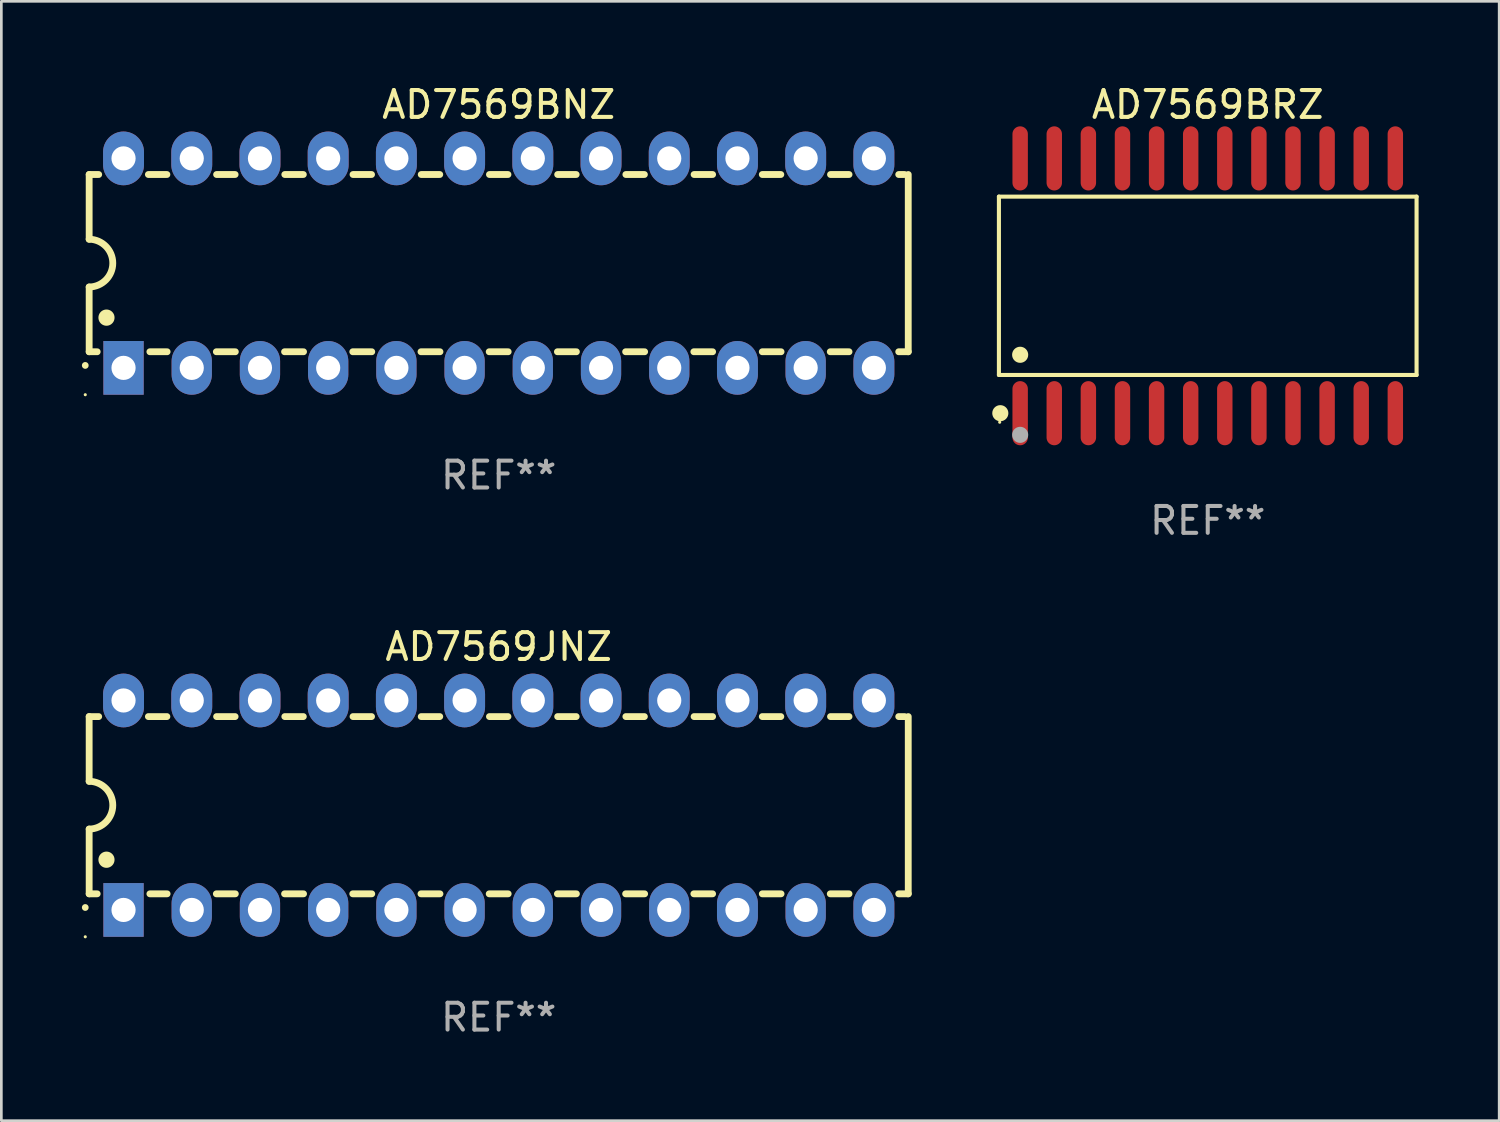
<source format=kicad_pcb>
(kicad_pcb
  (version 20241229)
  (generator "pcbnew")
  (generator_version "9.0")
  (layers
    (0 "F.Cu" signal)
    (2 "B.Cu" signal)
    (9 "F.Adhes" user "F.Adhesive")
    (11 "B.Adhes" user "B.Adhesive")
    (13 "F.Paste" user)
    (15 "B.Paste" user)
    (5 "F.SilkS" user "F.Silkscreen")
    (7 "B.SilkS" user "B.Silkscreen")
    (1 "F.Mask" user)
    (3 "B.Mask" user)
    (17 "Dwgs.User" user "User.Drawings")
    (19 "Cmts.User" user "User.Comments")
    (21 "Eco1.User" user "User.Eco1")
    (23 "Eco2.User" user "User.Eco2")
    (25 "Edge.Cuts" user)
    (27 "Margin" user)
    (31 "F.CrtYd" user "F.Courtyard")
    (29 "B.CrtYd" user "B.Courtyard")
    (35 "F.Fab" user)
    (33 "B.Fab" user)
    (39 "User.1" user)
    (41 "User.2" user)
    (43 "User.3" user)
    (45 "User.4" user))
  (footprint "AD7569BNZ"
    (layer "F.Cu")
    (at 15.52 6.748)
    (property "Reference" "AD7569BNZ" (at 0 -5.9 0) (layer "F.SilkS") (effects (font (size 1 1) (thickness 0.15))))
    (attr through_hole)
    (fp_line (start -15.25 -3.3) (end -15.25 -0.889) (stroke (width 0.254) (type solid)) (layer "F.SilkS"))
    (fp_line (start -15.25 -3.3) (end -14.895 -3.3) (stroke (width 0.254) (type solid)) (layer "F.SilkS"))
    (fp_line (start -15.25 3.3) (end -15.25 0.889) (stroke (width 0.254) (type solid)) (layer "F.SilkS"))
    (fp_line (start -15.25 3.3) (end -14.951 3.3) (stroke (width 0.254) (type solid)) (layer "F.SilkS"))
    (fp_line (start -13.045 -3.3) (end -12.355 -3.3) (stroke (width 0.254) (type solid)) (layer "F.SilkS"))
    (fp_line (start -12.989 3.3) (end -12.347 3.3) (stroke (width 0.254) (type solid)) (layer "F.SilkS"))
    (fp_line (start -10.514 3.3) (end -9.807 3.3) (stroke (width 0.254) (type solid)) (layer "F.SilkS"))
    (fp_line (start -10.505 -3.3) (end -9.815 -3.3) (stroke (width 0.254) (type solid)) (layer "F.SilkS"))
    (fp_line (start -7.974 3.3) (end -7.267 3.3) (stroke (width 0.254) (type solid)) (layer "F.SilkS"))
    (fp_line (start -7.965 -3.3) (end -7.275 -3.3) (stroke (width 0.254) (type solid)) (layer "F.SilkS"))
    (fp_line (start -5.434 3.3) (end -4.727 3.3) (stroke (width 0.254) (type solid)) (layer "F.SilkS"))
    (fp_line (start -5.425 -3.3) (end -4.735 -3.3) (stroke (width 0.254) (type solid)) (layer "F.SilkS"))
    (fp_line (start -2.894 3.3) (end -2.187 3.3) (stroke (width 0.254) (type solid)) (layer "F.SilkS"))
    (fp_line (start -2.885 -3.3) (end -2.195 -3.3) (stroke (width 0.254) (type solid)) (layer "F.SilkS"))
    (fp_line (start -0.354 3.3) (end 0.353 3.3) (stroke (width 0.254) (type solid)) (layer "F.SilkS"))
    (fp_line (start -0.345 -3.3) (end 0.345 -3.3) (stroke (width 0.254) (type solid)) (layer "F.SilkS"))
    (fp_line (start 2.186 3.3) (end 2.893 3.3) (stroke (width 0.254) (type solid)) (layer "F.SilkS"))
    (fp_line (start 2.195 -3.3) (end 2.885 -3.3) (stroke (width 0.254) (type solid)) (layer "F.SilkS"))
    (fp_line (start 4.726 3.3) (end 5.434 3.3) (stroke (width 0.254) (type solid)) (layer "F.SilkS"))
    (fp_line (start 4.735 -3.3) (end 5.425 -3.3) (stroke (width 0.254) (type solid)) (layer "F.SilkS"))
    (fp_line (start 7.266 3.3) (end 7.965 3.3) (stroke (width 0.254) (type solid)) (layer "F.SilkS"))
    (fp_line (start 7.275 -3.3) (end 7.965 -3.3) (stroke (width 0.254) (type solid)) (layer "F.SilkS"))
    (fp_line (start 9.815 -3.3) (end 10.505 -3.3) (stroke (width 0.254) (type solid)) (layer "F.SilkS"))
    (fp_line (start 9.815 3.3) (end 10.514 3.3) (stroke (width 0.254) (type solid)) (layer "F.SilkS"))
    (fp_line (start 12.346 3.3) (end 13.045 3.3) (stroke (width 0.254) (type solid)) (layer "F.SilkS"))
    (fp_line (start 12.355 -3.3) (end 13.045 -3.3) (stroke (width 0.254) (type solid)) (layer "F.SilkS"))
    (fp_line (start 14.895 -3.3) (end 15.113 -3.3) (stroke (width 0.254) (type solid)) (layer "F.SilkS"))
    (fp_line (start 14.895 3.3) (end 15.25 3.3) (stroke (width 0.254) (type solid)) (layer "F.SilkS"))
    (fp_line (start 15.25 -3.3) (end 15.25 3.3) (stroke (width 0.254) (type solid)) (layer "F.SilkS"))
    (fp_arc (start -15.394971 3.810033) (mid -15.394978 3.808763) (end -15.394971 3.807493) (stroke (width 0.25) (type solid)) (layer "F.SilkS"))
    (fp_arc (start -15.251053 -0.890146) (mid -14.361467 -0.001067) (end -15.250038 0.889027) (stroke (width 0.254001) (type solid)) (layer "F.SilkS"))
    (fp_arc (start -14.605029 2.032029) (mid -14.60504 2.029489) (end -14.605029 2.026949) (stroke (width 0.6) (type solid)) (layer "F.SilkS"))
    (fp_circle (center -15.395 4.9) (end -15.365 4.9) (stroke (width 0.06) (type solid)) (fill no) (layer "F.SilkS"))
    (fp_text user "REF**" (at 0 7.9 0) (layer "F.Fab") (effects (font (size 1 1) (thickness 0.15))))
    (pad "1" thru_hole rect (at -13.97 3.9 90) (size 2 1.5) (drill 0.9) (layers "*.Cu" "*.Mask"))
    (pad "2" thru_hole oval (at -11.43 3.9 90) (size 2 1.5) (drill 0.9) (layers "*.Cu" "*.Mask"))
    (pad "3" thru_hole oval (at -8.89 3.9 90) (size 2 1.5) (drill 0.9) (layers "*.Cu" "*.Mask"))
    (pad "4" thru_hole oval (at -6.35 3.9 90) (size 2 1.5) (drill 0.9) (layers "*.Cu" "*.Mask"))
    (pad "5" thru_hole oval (at -3.81 3.9 90) (size 2 1.5) (drill 0.9) (layers "*.Cu" "*.Mask"))
    (pad "6" thru_hole oval (at -1.27 3.9 90) (size 2 1.5) (drill 0.9) (layers "*.Cu" "*.Mask"))
    (pad "7" thru_hole oval (at 1.27 3.9 90) (size 2 1.5) (drill 0.9) (layers "*.Cu" "*.Mask"))
    (pad "8" thru_hole oval (at 3.81 3.9 90) (size 2 1.5) (drill 0.9) (layers "*.Cu" "*.Mask"))
    (pad "9" thru_hole oval (at 6.35 3.9 90) (size 2 1.5) (drill 0.9) (layers "*.Cu" "*.Mask"))
    (pad "10" thru_hole oval (at 8.89 3.9 90) (size 2 1.524) (drill 0.9) (layers "*.Cu" "*.Mask"))
    (pad "11" thru_hole oval (at 11.43 3.9 90) (size 2 1.5) (drill 0.9) (layers "*.Cu" "*.Mask"))
    (pad "12" thru_hole oval (at 13.97 3.9 90) (size 2 1.524) (drill 0.9) (layers "*.Cu" "*.Mask"))
    (pad "13" thru_hole oval (at 13.97 -3.9 90) (size 2 1.524) (drill 0.9) (layers "*.Cu" "*.Mask"))
    (pad "14" thru_hole oval (at 11.43 -3.9 90) (size 2 1.524) (drill 0.9) (layers "*.Cu" "*.Mask"))
    (pad "15" thru_hole oval (at 8.89 -3.9 90) (size 2 1.524) (drill 0.9) (layers "*.Cu" "*.Mask"))
    (pad "16" thru_hole oval (at 6.35 -3.9 90) (size 2 1.524) (drill 0.9) (layers "*.Cu" "*.Mask"))
    (pad "17" thru_hole oval (at 3.81 -3.9 90) (size 2 1.524) (drill 0.9) (layers "*.Cu" "*.Mask"))
    (pad "18" thru_hole oval (at 1.27 -3.9 90) (size 2 1.524) (drill 0.9) (layers "*.Cu" "*.Mask"))
    (pad "19" thru_hole oval (at -1.27 -3.9 90) (size 2 1.524) (drill 0.9) (layers "*.Cu" "*.Mask"))
    (pad "20" thru_hole oval (at -3.81 -3.9 90) (size 2 1.524) (drill 0.9) (layers "*.Cu" "*.Mask"))
    (pad "21" thru_hole oval (at -6.35 -3.9 90) (size 2 1.524) (drill 0.9) (layers "*.Cu" "*.Mask"))
    (pad "22" thru_hole oval (at -8.89 -3.9 90) (size 2 1.524) (drill 0.9) (layers "*.Cu" "*.Mask"))
    (pad "23" thru_hole oval (at -11.43 -3.9 90) (size 2 1.524) (drill 0.9) (layers "*.Cu" "*.Mask"))
    (pad "24" thru_hole oval (at -13.97 -3.9 90) (size 2 1.524) (drill 0.9) (layers "*.Cu" "*.Mask")))
  (footprint "AD7569JNZ"
    (layer "F.Cu")
    (at 15.52 26.933)
    (property "Reference" "AD7569JNZ" (at 0 -5.9 0) (layer "F.SilkS") (effects (font (size 1 1) (thickness 0.15))))
    (attr through_hole)
    (fp_line (start -15.25 -3.3) (end -15.25 -0.889) (stroke (width 0.254) (type solid)) (layer "F.SilkS"))
    (fp_line (start -15.25 -3.3) (end -14.895 -3.3) (stroke (width 0.254) (type solid)) (layer "F.SilkS"))
    (fp_line (start -15.25 3.3) (end -15.25 0.889) (stroke (width 0.254) (type solid)) (layer "F.SilkS"))
    (fp_line (start -15.25 3.3) (end -14.951 3.3) (stroke (width 0.254) (type solid)) (layer "F.SilkS"))
    (fp_line (start -13.045 -3.3) (end -12.355 -3.3) (stroke (width 0.254) (type solid)) (layer "F.SilkS"))
    (fp_line (start -12.989 3.3) (end -12.347 3.3) (stroke (width 0.254) (type solid)) (layer "F.SilkS"))
    (fp_line (start -10.514 3.3) (end -9.807 3.3) (stroke (width 0.254) (type solid)) (layer "F.SilkS"))
    (fp_line (start -10.505 -3.3) (end -9.815 -3.3) (stroke (width 0.254) (type solid)) (layer "F.SilkS"))
    (fp_line (start -7.974 3.3) (end -7.267 3.3) (stroke (width 0.254) (type solid)) (layer "F.SilkS"))
    (fp_line (start -7.965 -3.3) (end -7.275 -3.3) (stroke (width 0.254) (type solid)) (layer "F.SilkS"))
    (fp_line (start -5.434 3.3) (end -4.727 3.3) (stroke (width 0.254) (type solid)) (layer "F.SilkS"))
    (fp_line (start -5.425 -3.3) (end -4.735 -3.3) (stroke (width 0.254) (type solid)) (layer "F.SilkS"))
    (fp_line (start -2.894 3.3) (end -2.187 3.3) (stroke (width 0.254) (type solid)) (layer "F.SilkS"))
    (fp_line (start -2.885 -3.3) (end -2.195 -3.3) (stroke (width 0.254) (type solid)) (layer "F.SilkS"))
    (fp_line (start -0.354 3.3) (end 0.353 3.3) (stroke (width 0.254) (type solid)) (layer "F.SilkS"))
    (fp_line (start -0.345 -3.3) (end 0.345 -3.3) (stroke (width 0.254) (type solid)) (layer "F.SilkS"))
    (fp_line (start 2.186 3.3) (end 2.893 3.3) (stroke (width 0.254) (type solid)) (layer "F.SilkS"))
    (fp_line (start 2.195 -3.3) (end 2.885 -3.3) (stroke (width 0.254) (type solid)) (layer "F.SilkS"))
    (fp_line (start 4.726 3.3) (end 5.434 3.3) (stroke (width 0.254) (type solid)) (layer "F.SilkS"))
    (fp_line (start 4.735 -3.3) (end 5.425 -3.3) (stroke (width 0.254) (type solid)) (layer "F.SilkS"))
    (fp_line (start 7.266 3.3) (end 7.965 3.3) (stroke (width 0.254) (type solid)) (layer "F.SilkS"))
    (fp_line (start 7.275 -3.3) (end 7.965 -3.3) (stroke (width 0.254) (type solid)) (layer "F.SilkS"))
    (fp_line (start 9.815 -3.3) (end 10.505 -3.3) (stroke (width 0.254) (type solid)) (layer "F.SilkS"))
    (fp_line (start 9.815 3.3) (end 10.514 3.3) (stroke (width 0.254) (type solid)) (layer "F.SilkS"))
    (fp_line (start 12.346 3.3) (end 13.045 3.3) (stroke (width 0.254) (type solid)) (layer "F.SilkS"))
    (fp_line (start 12.355 -3.3) (end 13.045 -3.3) (stroke (width 0.254) (type solid)) (layer "F.SilkS"))
    (fp_line (start 14.895 -3.3) (end 15.113 -3.3) (stroke (width 0.254) (type solid)) (layer "F.SilkS"))
    (fp_line (start 14.895 3.3) (end 15.25 3.3) (stroke (width 0.254) (type solid)) (layer "F.SilkS"))
    (fp_line (start 15.25 -3.3) (end 15.25 3.3) (stroke (width 0.254) (type solid)) (layer "F.SilkS"))
    (fp_arc (start -15.394971 3.810033) (mid -15.394978 3.808763) (end -15.394971 3.807493) (stroke (width 0.25) (type solid)) (layer "F.SilkS"))
    (fp_arc (start -15.251053 -0.890146) (mid -14.361467 -0.001067) (end -15.250038 0.889027) (stroke (width 0.254001) (type solid)) (layer "F.SilkS"))
    (fp_arc (start -14.605029 2.032029) (mid -14.60504 2.029489) (end -14.605029 2.026949) (stroke (width 0.6) (type solid)) (layer "F.SilkS"))
    (fp_circle (center -15.395 4.9) (end -15.365 4.9) (stroke (width 0.06) (type solid)) (fill no) (layer "F.SilkS"))
    (fp_text user "REF**" (at 0 7.9 0) (layer "F.Fab") (effects (font (size 1 1) (thickness 0.15))))
    (pad "1" thru_hole rect (at -13.97 3.9 90) (size 2 1.5) (drill 0.9) (layers "*.Cu" "*.Mask"))
    (pad "2" thru_hole oval (at -11.43 3.9 90) (size 2 1.5) (drill 0.9) (layers "*.Cu" "*.Mask"))
    (pad "3" thru_hole oval (at -8.89 3.9 90) (size 2 1.5) (drill 0.9) (layers "*.Cu" "*.Mask"))
    (pad "4" thru_hole oval (at -6.35 3.9 90) (size 2 1.5) (drill 0.9) (layers "*.Cu" "*.Mask"))
    (pad "5" thru_hole oval (at -3.81 3.9 90) (size 2 1.5) (drill 0.9) (layers "*.Cu" "*.Mask"))
    (pad "6" thru_hole oval (at -1.27 3.9 90) (size 2 1.5) (drill 0.9) (layers "*.Cu" "*.Mask"))
    (pad "7" thru_hole oval (at 1.27 3.9 90) (size 2 1.5) (drill 0.9) (layers "*.Cu" "*.Mask"))
    (pad "8" thru_hole oval (at 3.81 3.9 90) (size 2 1.5) (drill 0.9) (layers "*.Cu" "*.Mask"))
    (pad "9" thru_hole oval (at 6.35 3.9 90) (size 2 1.5) (drill 0.9) (layers "*.Cu" "*.Mask"))
    (pad "10" thru_hole oval (at 8.89 3.9 90) (size 2 1.524) (drill 0.9) (layers "*.Cu" "*.Mask"))
    (pad "11" thru_hole oval (at 11.43 3.9 90) (size 2 1.5) (drill 0.9) (layers "*.Cu" "*.Mask"))
    (pad "12" thru_hole oval (at 13.97 3.9 90) (size 2 1.524) (drill 0.9) (layers "*.Cu" "*.Mask"))
    (pad "13" thru_hole oval (at 13.97 -3.9 90) (size 2 1.524) (drill 0.9) (layers "*.Cu" "*.Mask"))
    (pad "14" thru_hole oval (at 11.43 -3.9 90) (size 2 1.524) (drill 0.9) (layers "*.Cu" "*.Mask"))
    (pad "15" thru_hole oval (at 8.89 -3.9 90) (size 2 1.524) (drill 0.9) (layers "*.Cu" "*.Mask"))
    (pad "16" thru_hole oval (at 6.35 -3.9 90) (size 2 1.524) (drill 0.9) (layers "*.Cu" "*.Mask"))
    (pad "17" thru_hole oval (at 3.81 -3.9 90) (size 2 1.524) (drill 0.9) (layers "*.Cu" "*.Mask"))
    (pad "18" thru_hole oval (at 1.27 -3.9 90) (size 2 1.524) (drill 0.9) (layers "*.Cu" "*.Mask"))
    (pad "19" thru_hole oval (at -1.27 -3.9 90) (size 2 1.524) (drill 0.9) (layers "*.Cu" "*.Mask"))
    (pad "20" thru_hole oval (at -3.81 -3.9 90) (size 2 1.524) (drill 0.9) (layers "*.Cu" "*.Mask"))
    (pad "21" thru_hole oval (at -6.35 -3.9 90) (size 2 1.524) (drill 0.9) (layers "*.Cu" "*.Mask"))
    (pad "22" thru_hole oval (at -8.89 -3.9 90) (size 2 1.524) (drill 0.9) (layers "*.Cu" "*.Mask"))
    (pad "23" thru_hole oval (at -11.43 -3.9 90) (size 2 1.524) (drill 0.9) (layers "*.Cu" "*.Mask"))
    (pad "24" thru_hole oval (at -13.97 -3.9 90) (size 2 1.524) (drill 0.9) (layers "*.Cu" "*.Mask")))
  (footprint "AD7569BRZ"
    (layer "F.Cu")
    (at 41.922 7.592)
    (property "Reference" "AD7569BRZ" (at 0 -6.744 0) (layer "F.SilkS") (effects (font (size 1 1) (thickness 0.15))))
    (attr through_hole)
    (fp_line (start -7.776 -3.321) (end 7.776 -3.321) (stroke (width 0.152) (type solid)) (layer "F.SilkS"))
    (fp_line (start -7.776 3.321) (end -7.776 -3.321) (stroke (width 0.152) (type solid)) (layer "F.SilkS"))
    (fp_line (start 7.776 -3.321) (end 7.776 3.321) (stroke (width 0.152) (type solid)) (layer "F.SilkS"))
    (fp_line (start 7.776 3.321) (end -7.776 3.321) (stroke (width 0.152) (type solid)) (layer "F.SilkS"))
    (fp_circle (center -7.747 5.08) (end -7.717 5.08) (stroke (width 0.06) (type solid)) (fill no) (layer "F.SilkS"))
    (fp_circle (center -7.724 4.744) (end -7.574 4.744) (stroke (width 0.3) (type solid)) (fill no) (layer "F.SilkS"))
    (fp_circle (center -6.985 2.569) (end -6.835 2.569) (stroke (width 0.3) (type solid)) (fill no) (layer "F.SilkS"))
    (fp_circle (center -6.985 5.55) (end -6.835 5.55) (stroke (width 0.3) (type solid)) (fill no) (layer "F.Fab"))
    (fp_text user "REF**" (at 0 8.744 0) (layer "F.Fab") (effects (font (size 1 1) (thickness 0.15))))
    (pad "1" smd oval (at -6.985 4.744) (size 0.574 2.388) (layers "F.Cu" "F.Mask" "F.Paste"))
    (pad "2" smd oval (at -5.715 4.744) (size 0.574 2.388) (layers "F.Cu" "F.Mask" "F.Paste"))
    (pad "3" smd oval (at -4.445 4.744) (size 0.574 2.388) (layers "F.Cu" "F.Mask" "F.Paste"))
    (pad "4" smd oval (at -3.175 4.744) (size 0.574 2.388) (layers "F.Cu" "F.Mask" "F.Paste"))
    (pad "5" smd oval (at -1.905 4.744) (size 0.574 2.388) (layers "F.Cu" "F.Mask" "F.Paste"))
    (pad "6" smd oval (at -0.635 4.744) (size 0.574 2.388) (layers "F.Cu" "F.Mask" "F.Paste"))
    (pad "7" smd oval (at 0.635 4.744) (size 0.574 2.388) (layers "F.Cu" "F.Mask" "F.Paste"))
    (pad "8" smd oval (at 1.905 4.744) (size 0.574 2.388) (layers "F.Cu" "F.Mask" "F.Paste"))
    (pad "9" smd oval (at 3.175 4.744) (size 0.574 2.388) (layers "F.Cu" "F.Mask" "F.Paste"))
    (pad "10" smd oval (at 4.445 4.744) (size 0.574 2.388) (layers "F.Cu" "F.Mask" "F.Paste"))
    (pad "11" smd oval (at 5.715 4.744) (size 0.574 2.388) (layers "F.Cu" "F.Mask" "F.Paste"))
    (pad "12" smd oval (at 6.985 4.744) (size 0.574 2.388) (layers "F.Cu" "F.Mask" "F.Paste"))
    (pad "13" smd oval (at 6.985 -4.744) (size 0.574 2.388) (layers "F.Cu" "F.Mask" "F.Paste"))
    (pad "14" smd oval (at 5.715 -4.744) (size 0.574 2.388) (layers "F.Cu" "F.Mask" "F.Paste"))
    (pad "15" smd oval (at 4.445 -4.744) (size 0.574 2.388) (layers "F.Cu" "F.Mask" "F.Paste"))
    (pad "16" smd oval (at 3.175 -4.744) (size 0.574 2.388) (layers "F.Cu" "F.Mask" "F.Paste"))
    (pad "17" smd oval (at 1.905 -4.744) (size 0.574 2.388) (layers "F.Cu" "F.Mask" "F.Paste"))
    (pad "18" smd oval (at 0.635 -4.744) (size 0.574 2.388) (layers "F.Cu" "F.Mask" "F.Paste"))
    (pad "19" smd oval (at -0.635 -4.744) (size 0.574 2.388) (layers "F.Cu" "F.Mask" "F.Paste"))
    (pad "20" smd oval (at -1.905 -4.744) (size 0.574 2.388) (layers "F.Cu" "F.Mask" "F.Paste"))
    (pad "21" smd oval (at -3.175 -4.744) (size 0.574 2.388) (layers "F.Cu" "F.Mask" "F.Paste"))
    (pad "22" smd oval (at -4.445 -4.744) (size 0.574 2.388) (layers "F.Cu" "F.Mask" "F.Paste"))
    (pad "23" smd oval (at -5.715 -4.744) (size 0.574 2.388) (layers "F.Cu" "F.Mask" "F.Paste"))
    (pad "24" smd oval (at -6.985 -4.744) (size 0.574 2.388) (layers "F.Cu" "F.Mask" "F.Paste")))
  (gr_rect
    (start -3 -3)
    (end 52.774 38.681)
    (stroke (width 0.1) (type default))
    (fill no)
    (layer "Edge.Cuts")))
</source>
